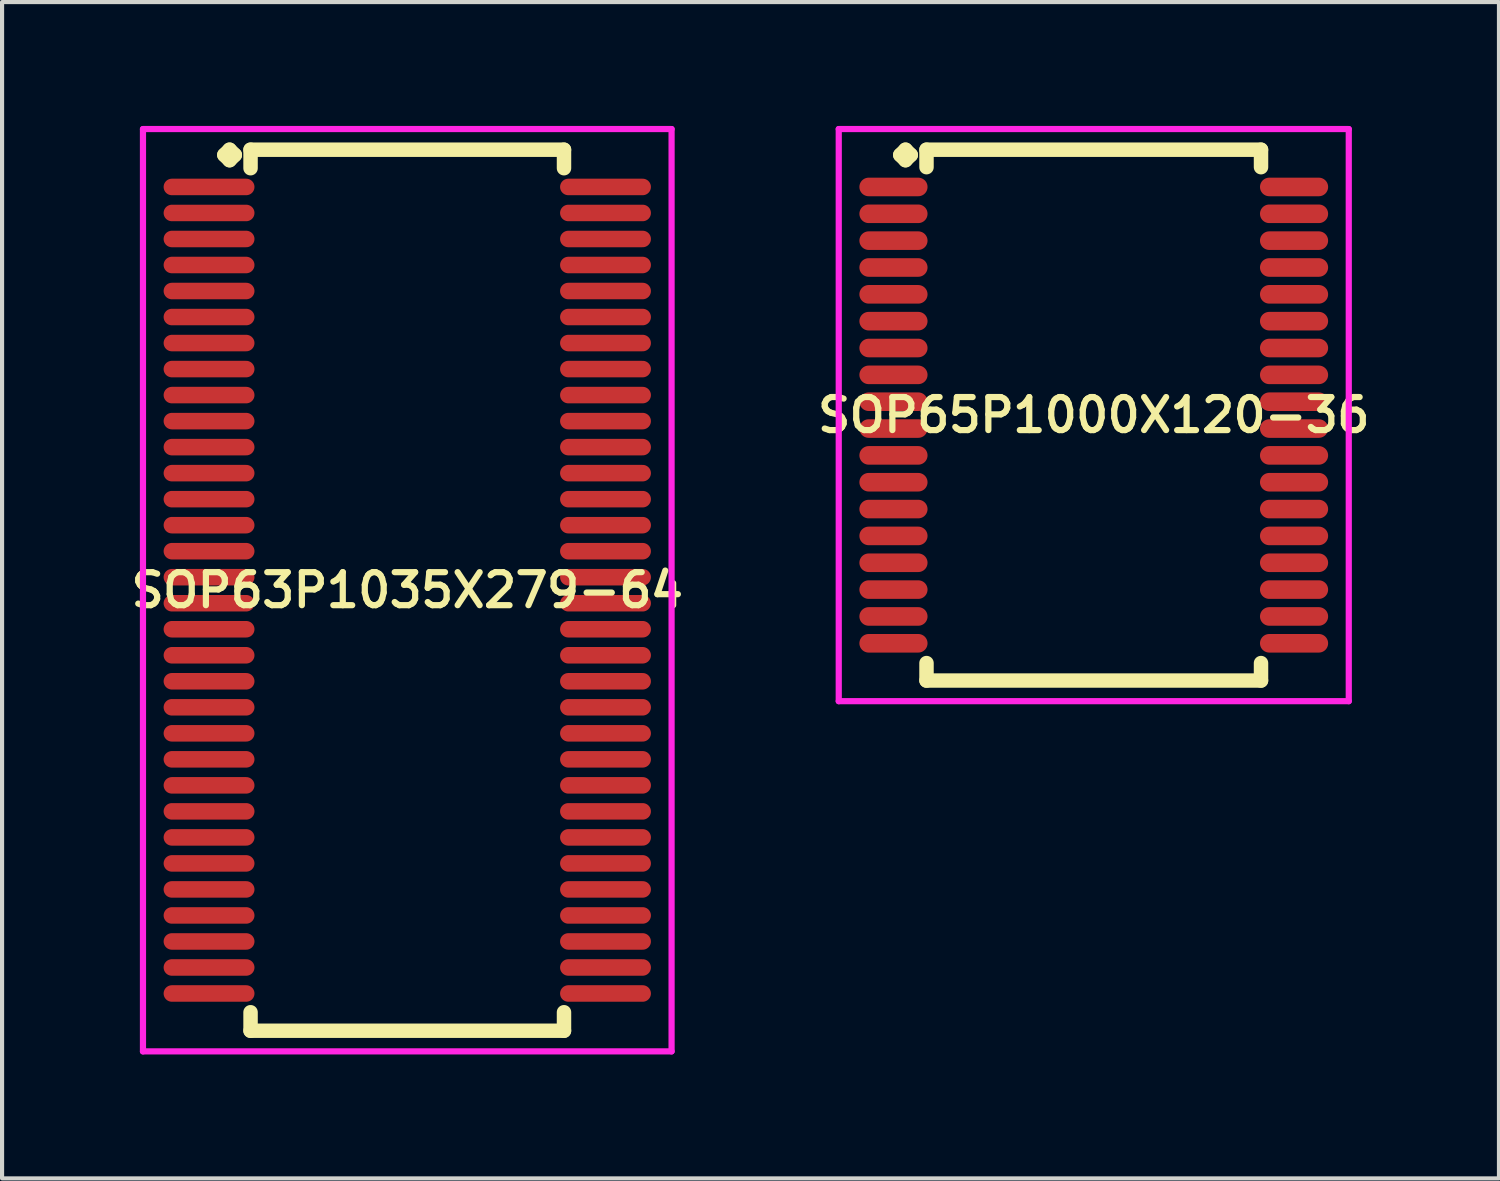
<source format=kicad_pcb>
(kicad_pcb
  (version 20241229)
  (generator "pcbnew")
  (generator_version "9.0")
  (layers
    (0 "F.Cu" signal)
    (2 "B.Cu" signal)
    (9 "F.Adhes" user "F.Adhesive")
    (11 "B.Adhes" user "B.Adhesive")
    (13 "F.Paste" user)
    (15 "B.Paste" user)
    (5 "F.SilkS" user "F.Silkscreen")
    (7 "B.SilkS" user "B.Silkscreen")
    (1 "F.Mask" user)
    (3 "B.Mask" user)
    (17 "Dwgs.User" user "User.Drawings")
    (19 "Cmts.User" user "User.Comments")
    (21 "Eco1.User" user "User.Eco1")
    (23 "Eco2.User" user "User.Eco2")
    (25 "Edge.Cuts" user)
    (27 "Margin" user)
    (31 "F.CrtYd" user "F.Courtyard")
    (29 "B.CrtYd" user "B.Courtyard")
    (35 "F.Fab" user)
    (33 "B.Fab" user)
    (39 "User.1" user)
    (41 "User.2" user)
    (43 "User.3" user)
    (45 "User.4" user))
  (footprint "SOP63P1035X279-64"
    (layer "F.Cu")
    (at 6.812 11.242)
    (property "Reference" "SOP63P1035X279-64" (at 0 0 0) (layer "F.SilkS") (effects (font (size 0.8 0.8) (thickness 0.15))))
    (attr smd)
    (fp_line (start -4.43 -10.54) (end -4.303 -10.667) (stroke (width 0.35) (type solid)) (layer "F.SilkS"))
    (fp_line (start -4.303 -10.667) (end -4.176 -10.54) (stroke (width 0.35) (type solid)) (layer "F.SilkS"))
    (fp_line (start -4.303 -10.413) (end -4.43 -10.54) (stroke (width 0.35) (type solid)) (layer "F.SilkS"))
    (fp_line (start -4.176 -10.54) (end -4.303 -10.413) (stroke (width 0.35) (type solid)) (layer "F.SilkS"))
    (fp_line (start -3.795 -10.667) (end 3.795 -10.667) (stroke (width 0.35) (type solid)) (layer "F.SilkS"))
    (fp_line (start -3.795 -10.219) (end -3.795 -10.667) (stroke (width 0.35) (type solid)) (layer "F.SilkS"))
    (fp_line (start -3.795 10.219) (end -3.795 10.667) (stroke (width 0.35) (type solid)) (layer "F.SilkS"))
    (fp_line (start -3.795 10.667) (end 3.795 10.667) (stroke (width 0.35) (type solid)) (layer "F.SilkS"))
    (fp_line (start 3.795 -10.667) (end 3.795 -10.219) (stroke (width 0.35) (type solid)) (layer "F.SilkS"))
    (fp_line (start 3.795 10.667) (end 3.795 10.219) (stroke (width 0.35) (type solid)) (layer "F.SilkS"))
    (fp_line (start -6.4 -11.167) (end 6.4 -11.167) (stroke (width 0.15) (type solid)) (layer "F.CrtYd"))
    (fp_line (start -6.4 11.167) (end -6.4 -11.167) (stroke (width 0.15) (type solid)) (layer "F.CrtYd"))
    (fp_line (start 6.4 -11.167) (end 6.4 11.167) (stroke (width 0.15) (type solid)) (layer "F.CrtYd"))
    (fp_line (start 6.4 11.167) (end -6.4 11.167) (stroke (width 0.15) (type solid)) (layer "F.CrtYd"))
    (pad "1" smd oval (at -4.8 -9.765) (size 2.2 0.4) (layers "F.Cu" "F.Mask" "F.Paste"))
    (pad "2" smd oval (at -4.8 -9.135) (size 2.2 0.4) (layers "F.Cu" "F.Mask" "F.Paste"))
    (pad "3" smd oval (at -4.8 -8.505) (size 2.2 0.4) (layers "F.Cu" "F.Mask" "F.Paste"))
    (pad "4" smd oval (at -4.8 -7.875) (size 2.2 0.4) (layers "F.Cu" "F.Mask" "F.Paste"))
    (pad "5" smd oval (at -4.8 -7.245) (size 2.2 0.4) (layers "F.Cu" "F.Mask" "F.Paste"))
    (pad "6" smd oval (at -4.8 -6.615) (size 2.2 0.4) (layers "F.Cu" "F.Mask" "F.Paste"))
    (pad "7" smd oval (at -4.8 -5.985) (size 2.2 0.4) (layers "F.Cu" "F.Mask" "F.Paste"))
    (pad "8" smd oval (at -4.8 -5.355) (size 2.2 0.4) (layers "F.Cu" "F.Mask" "F.Paste"))
    (pad "9" smd oval (at -4.8 -4.725) (size 2.2 0.4) (layers "F.Cu" "F.Mask" "F.Paste"))
    (pad "10" smd oval (at -4.8 -4.095) (size 2.2 0.4) (layers "F.Cu" "F.Mask" "F.Paste"))
    (pad "11" smd oval (at -4.8 -3.465) (size 2.2 0.4) (layers "F.Cu" "F.Mask" "F.Paste"))
    (pad "12" smd oval (at -4.8 -2.835) (size 2.2 0.4) (layers "F.Cu" "F.Mask" "F.Paste"))
    (pad "13" smd oval (at -4.8 -2.205) (size 2.2 0.4) (layers "F.Cu" "F.Mask" "F.Paste"))
    (pad "14" smd oval (at -4.8 -1.575) (size 2.2 0.4) (layers "F.Cu" "F.Mask" "F.Paste"))
    (pad "15" smd oval (at -4.8 -0.945) (size 2.2 0.4) (layers "F.Cu" "F.Mask" "F.Paste"))
    (pad "16" smd oval (at -4.8 -0.315) (size 2.2 0.4) (layers "F.Cu" "F.Mask" "F.Paste"))
    (pad "17" smd oval (at -4.8 0.315) (size 2.2 0.4) (layers "F.Cu" "F.Mask" "F.Paste"))
    (pad "18" smd oval (at -4.8 0.945) (size 2.2 0.4) (layers "F.Cu" "F.Mask" "F.Paste"))
    (pad "19" smd oval (at -4.8 1.575) (size 2.2 0.4) (layers "F.Cu" "F.Mask" "F.Paste"))
    (pad "20" smd oval (at -4.8 2.205) (size 2.2 0.4) (layers "F.Cu" "F.Mask" "F.Paste"))
    (pad "21" smd oval (at -4.8 2.835) (size 2.2 0.4) (layers "F.Cu" "F.Mask" "F.Paste"))
    (pad "22" smd oval (at -4.8 3.465) (size 2.2 0.4) (layers "F.Cu" "F.Mask" "F.Paste"))
    (pad "23" smd oval (at -4.8 4.095) (size 2.2 0.4) (layers "F.Cu" "F.Mask" "F.Paste"))
    (pad "24" smd oval (at -4.8 4.725) (size 2.2 0.4) (layers "F.Cu" "F.Mask" "F.Paste"))
    (pad "25" smd oval (at -4.8 5.355) (size 2.2 0.4) (layers "F.Cu" "F.Mask" "F.Paste"))
    (pad "26" smd oval (at -4.8 5.985) (size 2.2 0.4) (layers "F.Cu" "F.Mask" "F.Paste"))
    (pad "27" smd oval (at -4.8 6.615) (size 2.2 0.4) (layers "F.Cu" "F.Mask" "F.Paste"))
    (pad "28" smd oval (at -4.8 7.245) (size 2.2 0.4) (layers "F.Cu" "F.Mask" "F.Paste"))
    (pad "29" smd oval (at -4.8 7.875) (size 2.2 0.4) (layers "F.Cu" "F.Mask" "F.Paste"))
    (pad "30" smd oval (at -4.8 8.505) (size 2.2 0.4) (layers "F.Cu" "F.Mask" "F.Paste"))
    (pad "31" smd oval (at -4.8 9.135) (size 2.2 0.4) (layers "F.Cu" "F.Mask" "F.Paste"))
    (pad "32" smd oval (at -4.8 9.765) (size 2.2 0.4) (layers "F.Cu" "F.Mask" "F.Paste"))
    (pad "33" smd oval (at 4.8 9.765) (size 2.2 0.4) (layers "F.Cu" "F.Mask" "F.Paste"))
    (pad "34" smd oval (at 4.8 9.135) (size 2.2 0.4) (layers "F.Cu" "F.Mask" "F.Paste"))
    (pad "35" smd oval (at 4.8 8.505) (size 2.2 0.4) (layers "F.Cu" "F.Mask" "F.Paste"))
    (pad "36" smd oval (at 4.8 7.875) (size 2.2 0.4) (layers "F.Cu" "F.Mask" "F.Paste"))
    (pad "37" smd oval (at 4.8 7.245) (size 2.2 0.4) (layers "F.Cu" "F.Mask" "F.Paste"))
    (pad "38" smd oval (at 4.8 6.615) (size 2.2 0.4) (layers "F.Cu" "F.Mask" "F.Paste"))
    (pad "39" smd oval (at 4.8 5.985) (size 2.2 0.4) (layers "F.Cu" "F.Mask" "F.Paste"))
    (pad "40" smd oval (at 4.8 5.355) (size 2.2 0.4) (layers "F.Cu" "F.Mask" "F.Paste"))
    (pad "41" smd oval (at 4.8 4.725) (size 2.2 0.4) (layers "F.Cu" "F.Mask" "F.Paste"))
    (pad "42" smd oval (at 4.8 4.095) (size 2.2 0.4) (layers "F.Cu" "F.Mask" "F.Paste"))
    (pad "43" smd oval (at 4.8 3.465) (size 2.2 0.4) (layers "F.Cu" "F.Mask" "F.Paste"))
    (pad "44" smd oval (at 4.8 2.835) (size 2.2 0.4) (layers "F.Cu" "F.Mask" "F.Paste"))
    (pad "45" smd oval (at 4.8 2.205) (size 2.2 0.4) (layers "F.Cu" "F.Mask" "F.Paste"))
    (pad "46" smd oval (at 4.8 1.575) (size 2.2 0.4) (layers "F.Cu" "F.Mask" "F.Paste"))
    (pad "47" smd oval (at 4.8 0.945) (size 2.2 0.4) (layers "F.Cu" "F.Mask" "F.Paste"))
    (pad "48" smd oval (at 4.8 0.315) (size 2.2 0.4) (layers "F.Cu" "F.Mask" "F.Paste"))
    (pad "49" smd oval (at 4.8 -0.315) (size 2.2 0.4) (layers "F.Cu" "F.Mask" "F.Paste"))
    (pad "50" smd oval (at 4.8 -0.945) (size 2.2 0.4) (layers "F.Cu" "F.Mask" "F.Paste"))
    (pad "51" smd oval (at 4.8 -1.575) (size 2.2 0.4) (layers "F.Cu" "F.Mask" "F.Paste"))
    (pad "52" smd oval (at 4.8 -2.205) (size 2.2 0.4) (layers "F.Cu" "F.Mask" "F.Paste"))
    (pad "53" smd oval (at 4.8 -2.835) (size 2.2 0.4) (layers "F.Cu" "F.Mask" "F.Paste"))
    (pad "54" smd oval (at 4.8 -3.465) (size 2.2 0.4) (layers "F.Cu" "F.Mask" "F.Paste"))
    (pad "55" smd oval (at 4.8 -4.095) (size 2.2 0.4) (layers "F.Cu" "F.Mask" "F.Paste"))
    (pad "56" smd oval (at 4.8 -4.725) (size 2.2 0.4) (layers "F.Cu" "F.Mask" "F.Paste"))
    (pad "57" smd oval (at 4.8 -5.355) (size 2.2 0.4) (layers "F.Cu" "F.Mask" "F.Paste"))
    (pad "58" smd oval (at 4.8 -5.985) (size 2.2 0.4) (layers "F.Cu" "F.Mask" "F.Paste"))
    (pad "59" smd oval (at 4.8 -6.615) (size 2.2 0.4) (layers "F.Cu" "F.Mask" "F.Paste"))
    (pad "60" smd oval (at 4.8 -7.245) (size 2.2 0.4) (layers "F.Cu" "F.Mask" "F.Paste"))
    (pad "61" smd oval (at 4.8 -7.875) (size 2.2 0.4) (layers "F.Cu" "F.Mask" "F.Paste"))
    (pad "62" smd oval (at 4.8 -8.505) (size 2.2 0.4) (layers "F.Cu" "F.Mask" "F.Paste"))
    (pad "63" smd oval (at 4.8 -9.135) (size 2.2 0.4) (layers "F.Cu" "F.Mask" "F.Paste"))
    (pad "64" smd oval (at 4.8 -9.765) (size 2.2 0.4) (layers "F.Cu" "F.Mask" "F.Paste")))
  (footprint "SOP65P1000X120-36"
    (layer "F.Cu")
    (at 23.435 7.002)
    (property "Reference" "SOP65P1000X120-36" (at 0 0 0) (layer "F.SilkS") (effects (font (size 0.8 0.8) (thickness 0.15))))
    (attr smd)
    (fp_line (start -4.685 -6.3) (end -4.558 -6.427) (stroke (width 0.35) (type solid)) (layer "F.SilkS"))
    (fp_line (start -4.558 -6.427) (end -4.431 -6.3) (stroke (width 0.35) (type solid)) (layer "F.SilkS"))
    (fp_line (start -4.558 -6.173) (end -4.685 -6.3) (stroke (width 0.35) (type solid)) (layer "F.SilkS"))
    (fp_line (start -4.431 -6.3) (end -4.558 -6.173) (stroke (width 0.35) (type solid)) (layer "F.SilkS"))
    (fp_line (start -4.05 -6.427) (end 4.05 -6.427) (stroke (width 0.35) (type solid)) (layer "F.SilkS"))
    (fp_line (start -4.05 -6.004) (end -4.05 -6.427) (stroke (width 0.35) (type solid)) (layer "F.SilkS"))
    (fp_line (start -4.05 6.004) (end -4.05 6.427) (stroke (width 0.35) (type solid)) (layer "F.SilkS"))
    (fp_line (start -4.05 6.427) (end 4.05 6.427) (stroke (width 0.35) (type solid)) (layer "F.SilkS"))
    (fp_line (start 4.05 -6.427) (end 4.05 -6.004) (stroke (width 0.35) (type solid)) (layer "F.SilkS"))
    (fp_line (start 4.05 6.427) (end 4.05 6.004) (stroke (width 0.35) (type solid)) (layer "F.SilkS"))
    (fp_line (start -6.175 -6.927) (end 6.175 -6.927) (stroke (width 0.15) (type solid)) (layer "F.CrtYd"))
    (fp_line (start -6.175 6.927) (end -6.175 -6.927) (stroke (width 0.15) (type solid)) (layer "F.CrtYd"))
    (fp_line (start 6.175 -6.927) (end 6.175 6.927) (stroke (width 0.15) (type solid)) (layer "F.CrtYd"))
    (fp_line (start 6.175 6.927) (end -6.175 6.927) (stroke (width 0.15) (type solid)) (layer "F.CrtYd"))
    (pad "1" smd oval (at -4.85 -5.525) (size 1.65 0.45) (layers "F.Cu" "F.Mask" "F.Paste"))
    (pad "2" smd oval (at -4.85 -4.875) (size 1.65 0.45) (layers "F.Cu" "F.Mask" "F.Paste"))
    (pad "3" smd oval (at -4.85 -4.225) (size 1.65 0.45) (layers "F.Cu" "F.Mask" "F.Paste"))
    (pad "4" smd oval (at -4.85 -3.575) (size 1.65 0.45) (layers "F.Cu" "F.Mask" "F.Paste"))
    (pad "5" smd oval (at -4.85 -2.925) (size 1.65 0.45) (layers "F.Cu" "F.Mask" "F.Paste"))
    (pad "6" smd oval (at -4.85 -2.275) (size 1.65 0.45) (layers "F.Cu" "F.Mask" "F.Paste"))
    (pad "7" smd oval (at -4.85 -1.625) (size 1.65 0.45) (layers "F.Cu" "F.Mask" "F.Paste"))
    (pad "8" smd oval (at -4.85 -0.975) (size 1.65 0.45) (layers "F.Cu" "F.Mask" "F.Paste"))
    (pad "9" smd oval (at -4.85 -0.325) (size 1.65 0.45) (layers "F.Cu" "F.Mask" "F.Paste"))
    (pad "10" smd oval (at -4.85 0.325) (size 1.65 0.45) (layers "F.Cu" "F.Mask" "F.Paste"))
    (pad "11" smd oval (at -4.85 0.975) (size 1.65 0.45) (layers "F.Cu" "F.Mask" "F.Paste"))
    (pad "12" smd oval (at -4.85 1.625) (size 1.65 0.45) (layers "F.Cu" "F.Mask" "F.Paste"))
    (pad "13" smd oval (at -4.85 2.275) (size 1.65 0.45) (layers "F.Cu" "F.Mask" "F.Paste"))
    (pad "14" smd oval (at -4.85 2.925) (size 1.65 0.45) (layers "F.Cu" "F.Mask" "F.Paste"))
    (pad "15" smd oval (at -4.85 3.575) (size 1.65 0.45) (layers "F.Cu" "F.Mask" "F.Paste"))
    (pad "16" smd oval (at -4.85 4.225) (size 1.65 0.45) (layers "F.Cu" "F.Mask" "F.Paste"))
    (pad "17" smd oval (at -4.85 4.875) (size 1.65 0.45) (layers "F.Cu" "F.Mask" "F.Paste"))
    (pad "18" smd oval (at -4.85 5.525) (size 1.65 0.45) (layers "F.Cu" "F.Mask" "F.Paste"))
    (pad "19" smd oval (at 4.85 5.525) (size 1.65 0.45) (layers "F.Cu" "F.Mask" "F.Paste"))
    (pad "20" smd oval (at 4.85 4.875) (size 1.65 0.45) (layers "F.Cu" "F.Mask" "F.Paste"))
    (pad "21" smd oval (at 4.85 4.225) (size 1.65 0.45) (layers "F.Cu" "F.Mask" "F.Paste"))
    (pad "22" smd oval (at 4.85 3.575) (size 1.65 0.45) (layers "F.Cu" "F.Mask" "F.Paste"))
    (pad "23" smd oval (at 4.85 2.925) (size 1.65 0.45) (layers "F.Cu" "F.Mask" "F.Paste"))
    (pad "24" smd oval (at 4.85 2.275) (size 1.65 0.45) (layers "F.Cu" "F.Mask" "F.Paste"))
    (pad "25" smd oval (at 4.85 1.625) (size 1.65 0.45) (layers "F.Cu" "F.Mask" "F.Paste"))
    (pad "26" smd oval (at 4.85 0.975) (size 1.65 0.45) (layers "F.Cu" "F.Mask" "F.Paste"))
    (pad "27" smd oval (at 4.85 0.325) (size 1.65 0.45) (layers "F.Cu" "F.Mask" "F.Paste"))
    (pad "28" smd oval (at 4.85 -0.325) (size 1.65 0.45) (layers "F.Cu" "F.Mask" "F.Paste"))
    (pad "29" smd oval (at 4.85 -0.975) (size 1.65 0.45) (layers "F.Cu" "F.Mask" "F.Paste"))
    (pad "30" smd oval (at 4.85 -1.625) (size 1.65 0.45) (layers "F.Cu" "F.Mask" "F.Paste"))
    (pad "31" smd oval (at 4.85 -2.275) (size 1.65 0.45) (layers "F.Cu" "F.Mask" "F.Paste"))
    (pad "32" smd oval (at 4.85 -2.925) (size 1.65 0.45) (layers "F.Cu" "F.Mask" "F.Paste"))
    (pad "33" smd oval (at 4.85 -3.575) (size 1.65 0.45) (layers "F.Cu" "F.Mask" "F.Paste"))
    (pad "34" smd oval (at 4.85 -4.225) (size 1.65 0.45) (layers "F.Cu" "F.Mask" "F.Paste"))
    (pad "35" smd oval (at 4.85 -4.875) (size 1.65 0.45) (layers "F.Cu" "F.Mask" "F.Paste"))
    (pad "36" smd oval (at 4.85 -5.525) (size 1.65 0.45) (layers "F.Cu" "F.Mask" "F.Paste")))
  (gr_rect
    (start -3 -3)
    (end 33.247 25.484)
    (stroke (width 0.1) (type default))
    (fill no)
    (layer "Edge.Cuts")))
</source>
